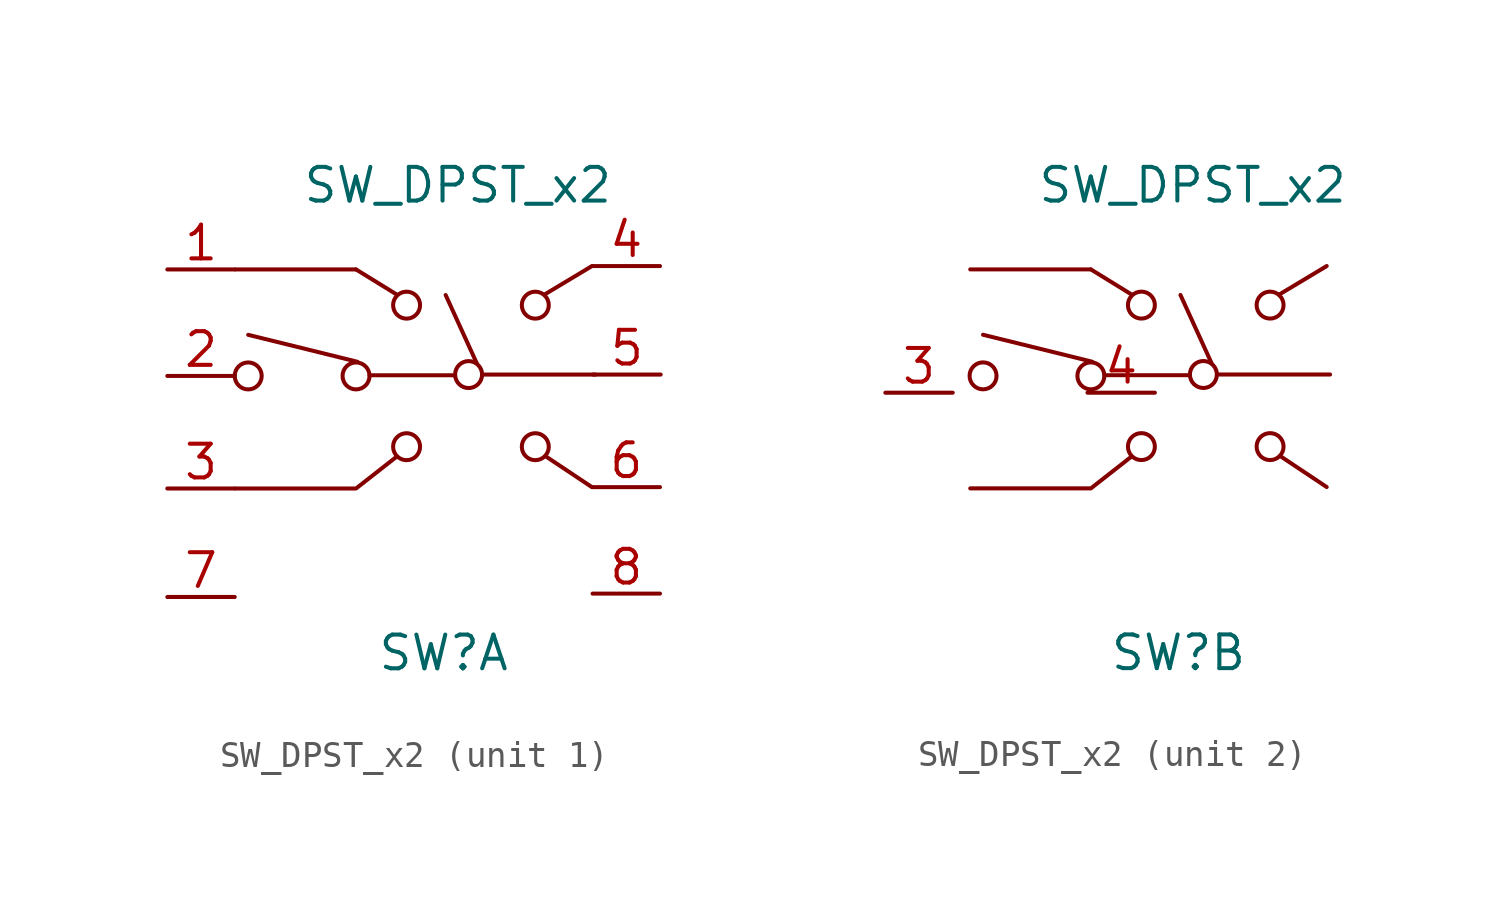
<source format=kicad_sym>
(kicad_symbol_lib
  (version 20220914)
  (generator kicad_symbol_editor)
  (symbol "SW_DPST_x2"
    (pin_names
      (offset 0) hide)
    (property "Reference" "SW"
      (at 5.969 -9.804 0)
      (effects (font (size 1.27 1.27))))
    (property "Value" "SW_DPST_x2"
      (at 6.502 7.823 0)
      (effects (font (size 1.27 1.27))))
    (symbol "SW_DPST_x2_0_0"
      (circle (center -1.397 0.635) (radius 0.508) (stroke (width 0) (type default)) (fill (type none)))
      (polyline (pts (xy 2.718 1.168) (xy -1.397 2.184)) (stroke (width 0) (type default)) (fill (type none)))
      (circle (center 2.667 0.635) (radius 0.508) (stroke (width 0) (type default)) (fill (type none)))
      (circle (center 4.572 -2.032) (radius 0.508) (stroke (width 0) (type default)) (fill (type none)))
      (circle (center 4.572 3.302) (radius 0.508) (stroke (width 0) (type default)) (fill (type none)))
      (circle (center 6.909 0.686) (radius 0.508) (stroke (width 0) (type default)) (fill (type none)))
      (circle (center 9.423 -2.032) (radius 0.508) (stroke (width 0) (type default)) (fill (type none)))
      (circle (center 9.423 3.302) (radius 0.508) (stroke (width 0) (type default)) (fill (type none))))
    (symbol "SW_DPST_x2_0_1"
      (polyline (pts (xy -1.88 4.648) (xy 2.667 4.648)) (stroke (width 0) (type default)) (fill (type none)))
      (polyline (pts (xy 2.667 4.648) (xy 4.191 3.708)) (stroke (width 0) (type default)) (fill (type none)))
      (polyline (pts (xy 3.175 0.66) (xy 6.375 0.66)) (stroke (width 0) (type default)) (fill (type none)))
      (polyline (pts (xy 7.214 1.118) (xy 6.045 3.683)) (stroke (width 0) (type default)) (fill (type none)))
      (polyline (pts (xy 11.557 -3.556) (xy 9.804 -2.388)) (stroke (width 0) (type default)) (fill (type none)))
      (polyline (pts (xy 11.557 4.775) (xy 9.779 3.708)) (stroke (width 0) (type default)) (fill (type none)))
      (polyline (pts (xy -1.88 -3.607) (xy 2.667 -3.607) (xy 4.191 -2.413)) (stroke (width 0) (type default)) (fill (type none)))
      (polyline (pts (xy 7.442 0.686) (xy 11.684 0.686) (xy 11.659 0.686)) (stroke (width 0) (type default)) (fill (type none))))
    (symbol "SW_DPST_x2_1_1"
      (pin passive line (at -4.445 4.648 0) (length 2.54) (name "B" (effects (font (size 1.27 1.27)))) (number "1" (effects (font (size 1.27 1.27)))))
      (pin passive line (at -4.445 0.635 0) (length 2.54) (name "B" (effects (font (size 1.27 1.27)))) (number "2" (effects (font (size 1.27 1.27)))))
      (pin passive line (at -4.445 -3.607 0) (length 2.54) (name "B" (effects (font (size 1.27 1.27)))) (number "3" (effects (font (size 1.27 1.27)))))
      (pin passive line (at 14.122 4.775 180) (length 2.54) (name "B" (effects (font (size 1.27 1.27)))) (number "4" (effects (font (size 1.27 1.27)))))
      (pin passive line (at 14.148 0.686 180) (length 2.54) (name "A" (effects (font (size 1.27 1.27)))) (number "5" (effects (font (size 1.27 1.27)))))
      (pin passive line (at 14.122 -3.556 180) (length 2.54) (name "B" (effects (font (size 1.27 1.27)))) (number "6" (effects (font (size 1.27 1.27)))))
      (pin passive line (at -4.445 -7.696 0) (length 2.54) (name "B" (effects (font (size 1.27 1.27)))) (number "7" (effects (font (size 1.27 1.27)))))
      (pin passive line (at 14.122 -7.569 180) (length 2.54) (name "B" (effects (font (size 1.27 1.27)))) (number "8" (effects (font (size 1.27 1.27))))))
    (symbol "SW_DPST_x2_2_1"
      (pin passive line (at -5.08 0 0) (length 2.54) (name "A" (effects (font (size 1.27 1.27)))) (number "3" (effects (font (size 1.27 1.27)))))
      (pin passive line (at 5.08 0 180) (length 2.54) (name "B" (effects (font (size 1.27 1.27)))) (number "4" (effects (font (size 1.27 1.27))))))))
</source>
